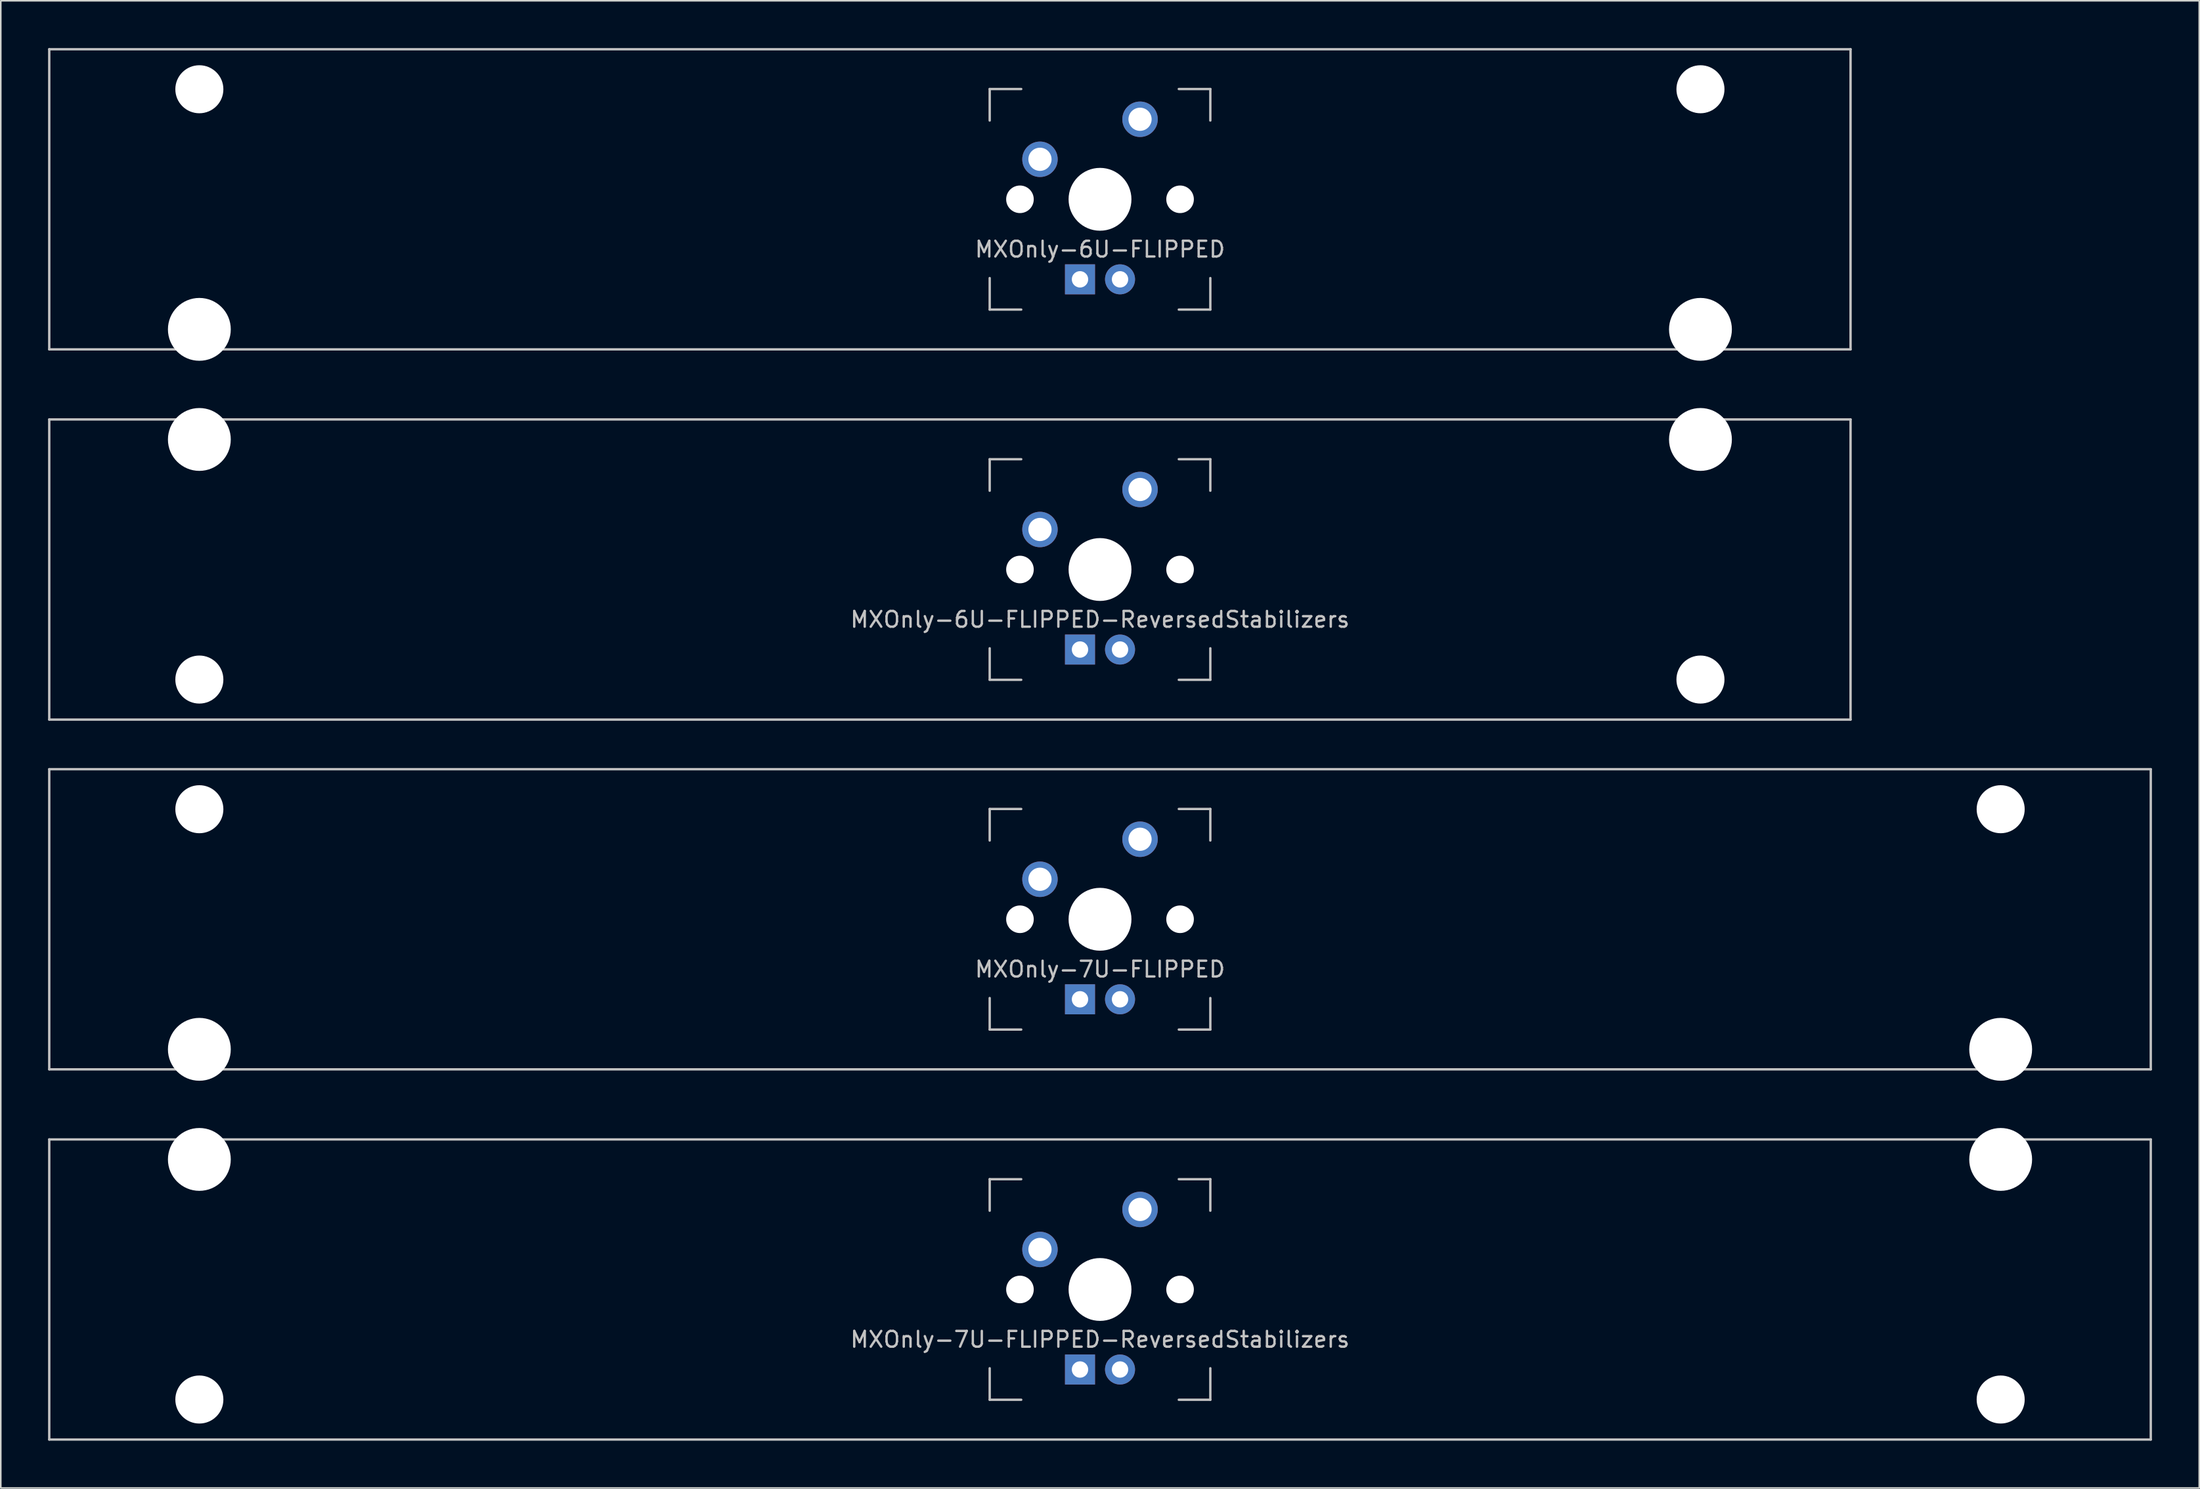
<source format=kicad_pcb>
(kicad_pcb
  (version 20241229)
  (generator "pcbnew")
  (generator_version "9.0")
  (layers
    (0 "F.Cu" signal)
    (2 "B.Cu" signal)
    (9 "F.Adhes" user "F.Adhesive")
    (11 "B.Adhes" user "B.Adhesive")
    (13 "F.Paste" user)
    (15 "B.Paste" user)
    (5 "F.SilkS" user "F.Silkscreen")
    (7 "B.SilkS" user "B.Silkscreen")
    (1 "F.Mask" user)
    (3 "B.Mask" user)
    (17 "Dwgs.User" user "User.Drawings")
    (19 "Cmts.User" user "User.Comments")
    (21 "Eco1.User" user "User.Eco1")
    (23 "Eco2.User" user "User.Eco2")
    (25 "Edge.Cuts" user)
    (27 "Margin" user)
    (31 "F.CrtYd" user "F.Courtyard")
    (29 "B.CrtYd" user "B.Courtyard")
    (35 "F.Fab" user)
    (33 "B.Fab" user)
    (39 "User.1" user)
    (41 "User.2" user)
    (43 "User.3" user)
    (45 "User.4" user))
  (footprint "MXOnly-6U-FLIPPED"
    (layer "F.Cu")
    (at 57.225 9.6)
    (property "Reference" "MXOnly-6U-FLIPPED" (at 9.525 3.175 0) (layer "Dwgs.User") (effects (font (size 1 1) (thickness 0.15))))
    (attr through_hole)
    (fp_line (start -57.15 -9.525) (end 57.15 -9.525) (stroke (width 0.15) (type solid)) (layer "Dwgs.User"))
    (fp_line (start -57.15 9.525) (end -57.15 -9.525) (stroke (width 0.15) (type solid)) (layer "Dwgs.User"))
    (fp_line (start -57.15 9.525) (end 57.15 9.525) (stroke (width 0.15) (type solid)) (layer "Dwgs.User"))
    (fp_line (start 2.525 -7) (end 2.525 -5) (stroke (width 0.15) (type solid)) (layer "Dwgs.User"))
    (fp_line (start 2.525 5) (end 2.525 7) (stroke (width 0.15) (type solid)) (layer "Dwgs.User"))
    (fp_line (start 2.525 7) (end 4.525 7) (stroke (width 0.15) (type solid)) (layer "Dwgs.User"))
    (fp_line (start 4.525 -7) (end 2.525 -7) (stroke (width 0.15) (type solid)) (layer "Dwgs.User"))
    (fp_line (start 14.525 -7) (end 16.525 -7) (stroke (width 0.15) (type solid)) (layer "Dwgs.User"))
    (fp_line (start 14.525 7) (end 16.525 7) (stroke (width 0.15) (type solid)) (layer "Dwgs.User"))
    (fp_line (start 16.525 -7) (end 16.525 -5) (stroke (width 0.15) (type solid)) (layer "Dwgs.User"))
    (fp_line (start 16.525 7) (end 16.525 5) (stroke (width 0.15) (type solid)) (layer "Dwgs.User"))
    (fp_line (start 57.15 -9.525) (end 57.15 9.525) (stroke (width 0.15) (type solid)) (layer "Dwgs.User"))
    (pad "" np_thru_hole circle (at -47.625 -6.985) (size 3.048 3.048) (drill 3.048) (layers "*.Cu" "*.Mask"))
    (pad "" np_thru_hole circle (at -47.625 8.255) (size 3.988 3.988) (drill 3.988) (layers "*.Cu" "*.Mask"))
    (pad "" np_thru_hole circle (at 4.445 0 48.1) (size 1.75 1.75) (drill 1.75) (layers "*.Cu" "*.Mask"))
    (pad "" np_thru_hole circle (at 9.525 0) (size 3.988 3.988) (drill 3.988) (layers "*.Cu" "*.Mask"))
    (pad "" np_thru_hole circle (at 14.605 0 48.1) (size 1.75 1.75) (drill 1.75) (layers "*.Cu" "*.Mask"))
    (pad "" np_thru_hole circle (at 47.625 -6.985) (size 3.048 3.048) (drill 3.048) (layers "*.Cu" "*.Mask"))
    (pad "" np_thru_hole circle (at 47.625 8.255) (size 3.988 3.988) (drill 3.988) (layers "*.Cu" "*.Mask"))
    (pad "1" thru_hole circle (at 5.715 -2.54) (size 2.25 2.25) (drill 1.47) (layers "*.Cu" "B.Mask"))
    (pad "2" thru_hole circle (at 12.065 -5.08) (size 2.25 2.25) (drill 1.47) (layers "*.Cu" "B.Mask"))
    (pad "3" thru_hole circle (at 10.795 5.08) (size 1.905 1.905) (drill 1.04) (layers "*.Cu" "B.Mask"))
    (pad "4" thru_hole rect (at 8.255 5.08) (size 1.905 1.905) (drill 1.04) (layers "*.Cu" "B.Mask")))
  (footprint "MXOnly-7U-FLIPPED"
    (layer "F.Cu")
    (at 66.75 55.298)
    (property "Reference" "MXOnly-7U-FLIPPED" (at 0 3.175 0) (layer "Dwgs.User") (effects (font (size 1 1) (thickness 0.15))))
    (attr through_hole)
    (fp_line (start -66.675 -9.525) (end 66.675 -9.525) (stroke (width 0.15) (type solid)) (layer "Dwgs.User"))
    (fp_line (start -66.675 9.525) (end -66.675 -9.525) (stroke (width 0.15) (type solid)) (layer "Dwgs.User"))
    (fp_line (start -66.675 9.525) (end 66.675 9.525) (stroke (width 0.15) (type solid)) (layer "Dwgs.User"))
    (fp_line (start -7 -7) (end -7 -5) (stroke (width 0.15) (type solid)) (layer "Dwgs.User"))
    (fp_line (start -7 5) (end -7 7) (stroke (width 0.15) (type solid)) (layer "Dwgs.User"))
    (fp_line (start -7 7) (end -5 7) (stroke (width 0.15) (type solid)) (layer "Dwgs.User"))
    (fp_line (start -5 -7) (end -7 -7) (stroke (width 0.15) (type solid)) (layer "Dwgs.User"))
    (fp_line (start 5 -7) (end 7 -7) (stroke (width 0.15) (type solid)) (layer "Dwgs.User"))
    (fp_line (start 5 7) (end 7 7) (stroke (width 0.15) (type solid)) (layer "Dwgs.User"))
    (fp_line (start 7 -7) (end 7 -5) (stroke (width 0.15) (type solid)) (layer "Dwgs.User"))
    (fp_line (start 7 7) (end 7 5) (stroke (width 0.15) (type solid)) (layer "Dwgs.User"))
    (fp_line (start 66.675 -9.525) (end 66.675 9.525) (stroke (width 0.15) (type solid)) (layer "Dwgs.User"))
    (pad "" np_thru_hole circle (at -57.15 -6.985) (size 3.048 3.048) (drill 3.048) (layers "*.Cu" "*.Mask"))
    (pad "" np_thru_hole circle (at -57.15 8.255) (size 3.988 3.988) (drill 3.988) (layers "*.Cu" "*.Mask"))
    (pad "" np_thru_hole circle (at -5.08 0 48.1) (size 1.75 1.75) (drill 1.75) (layers "*.Cu" "*.Mask"))
    (pad "" np_thru_hole circle (at 0 0) (size 3.988 3.988) (drill 3.988) (layers "*.Cu" "*.Mask"))
    (pad "" np_thru_hole circle (at 5.08 0 48.1) (size 1.75 1.75) (drill 1.75) (layers "*.Cu" "*.Mask"))
    (pad "" np_thru_hole circle (at 57.15 -6.985) (size 3.048 3.048) (drill 3.048) (layers "*.Cu" "*.Mask"))
    (pad "" np_thru_hole circle (at 57.15 8.255) (size 3.988 3.988) (drill 3.988) (layers "*.Cu" "*.Mask"))
    (pad "1" thru_hole circle (at -3.81 -2.54) (size 2.25 2.25) (drill 1.47) (layers "*.Cu" "B.Mask"))
    (pad "2" thru_hole circle (at 2.54 -5.08) (size 2.25 2.25) (drill 1.47) (layers "*.Cu" "B.Mask"))
    (pad "3" thru_hole circle (at 1.27 5.08) (size 1.905 1.905) (drill 1.04) (layers "*.Cu" "B.Mask"))
    (pad "4" thru_hole rect (at -1.27 5.08) (size 1.905 1.905) (drill 1.04) (layers "*.Cu" "B.Mask")))
  (footprint "MXOnly-6U-FLIPPED-ReversedStabilizers"
    (layer "F.Cu")
    (at 57.225 33.098)
    (property "Reference" "MXOnly-6U-FLIPPED-ReversedStabilizers" (at 9.525 3.175 0) (layer "Dwgs.User") (effects (font (size 1 1) (thickness 0.15))))
    (attr through_hole)
    (fp_line (start -57.15 -9.525) (end 57.15 -9.525) (stroke (width 0.15) (type solid)) (layer "Dwgs.User"))
    (fp_line (start -57.15 9.525) (end -57.15 -9.525) (stroke (width 0.15) (type solid)) (layer "Dwgs.User"))
    (fp_line (start -57.15 9.525) (end 57.15 9.525) (stroke (width 0.15) (type solid)) (layer "Dwgs.User"))
    (fp_line (start 2.525 -7) (end 2.525 -5) (stroke (width 0.15) (type solid)) (layer "Dwgs.User"))
    (fp_line (start 2.525 5) (end 2.525 7) (stroke (width 0.15) (type solid)) (layer "Dwgs.User"))
    (fp_line (start 2.525 7) (end 4.525 7) (stroke (width 0.15) (type solid)) (layer "Dwgs.User"))
    (fp_line (start 4.525 -7) (end 2.525 -7) (stroke (width 0.15) (type solid)) (layer "Dwgs.User"))
    (fp_line (start 14.525 -7) (end 16.525 -7) (stroke (width 0.15) (type solid)) (layer "Dwgs.User"))
    (fp_line (start 14.525 7) (end 16.525 7) (stroke (width 0.15) (type solid)) (layer "Dwgs.User"))
    (fp_line (start 16.525 -7) (end 16.525 -5) (stroke (width 0.15) (type solid)) (layer "Dwgs.User"))
    (fp_line (start 16.525 7) (end 16.525 5) (stroke (width 0.15) (type solid)) (layer "Dwgs.User"))
    (fp_line (start 57.15 -9.525) (end 57.15 9.525) (stroke (width 0.15) (type solid)) (layer "Dwgs.User"))
    (pad "" np_thru_hole circle (at -47.625 -8.255) (size 3.988 3.988) (drill 3.988) (layers "*.Cu" "*.Mask"))
    (pad "" np_thru_hole circle (at -47.625 6.985) (size 3.048 3.048) (drill 3.048) (layers "*.Cu" "*.Mask"))
    (pad "" np_thru_hole circle (at 4.445 0 48.1) (size 1.75 1.75) (drill 1.75) (layers "*.Cu" "*.Mask"))
    (pad "" np_thru_hole circle (at 9.525 0) (size 3.988 3.988) (drill 3.988) (layers "*.Cu" "*.Mask"))
    (pad "" np_thru_hole circle (at 14.605 0 48.1) (size 1.75 1.75) (drill 1.75) (layers "*.Cu" "*.Mask"))
    (pad "" np_thru_hole circle (at 47.625 -8.255) (size 3.988 3.988) (drill 3.988) (layers "*.Cu" "*.Mask"))
    (pad "" np_thru_hole circle (at 47.625 6.985) (size 3.048 3.048) (drill 3.048) (layers "*.Cu" "*.Mask"))
    (pad "1" thru_hole circle (at 5.715 -2.54) (size 2.25 2.25) (drill 1.47) (layers "*.Cu" "B.Mask"))
    (pad "2" thru_hole circle (at 12.065 -5.08) (size 2.25 2.25) (drill 1.47) (layers "*.Cu" "B.Mask"))
    (pad "3" thru_hole circle (at 10.795 5.08) (size 1.905 1.905) (drill 1.04) (layers "*.Cu" "B.Mask"))
    (pad "4" thru_hole rect (at 8.255 5.08) (size 1.905 1.905) (drill 1.04) (layers "*.Cu" "B.Mask")))
  (footprint "MXOnly-7U-FLIPPED-ReversedStabilizers"
    (layer "F.Cu")
    (at 66.75 78.796)
    (property "Reference" "MXOnly-7U-FLIPPED-ReversedStabilizers" (at 0 3.175 0) (layer "Dwgs.User") (effects (font (size 1 1) (thickness 0.15))))
    (attr through_hole)
    (fp_line (start -66.675 -9.525) (end 66.675 -9.525) (stroke (width 0.15) (type solid)) (layer "Dwgs.User"))
    (fp_line (start -66.675 9.525) (end -66.675 -9.525) (stroke (width 0.15) (type solid)) (layer "Dwgs.User"))
    (fp_line (start -66.675 9.525) (end 66.675 9.525) (stroke (width 0.15) (type solid)) (layer "Dwgs.User"))
    (fp_line (start -7 -7) (end -7 -5) (stroke (width 0.15) (type solid)) (layer "Dwgs.User"))
    (fp_line (start -7 5) (end -7 7) (stroke (width 0.15) (type solid)) (layer "Dwgs.User"))
    (fp_line (start -7 7) (end -5 7) (stroke (width 0.15) (type solid)) (layer "Dwgs.User"))
    (fp_line (start -5 -7) (end -7 -7) (stroke (width 0.15) (type solid)) (layer "Dwgs.User"))
    (fp_line (start 5 -7) (end 7 -7) (stroke (width 0.15) (type solid)) (layer "Dwgs.User"))
    (fp_line (start 5 7) (end 7 7) (stroke (width 0.15) (type solid)) (layer "Dwgs.User"))
    (fp_line (start 7 -7) (end 7 -5) (stroke (width 0.15) (type solid)) (layer "Dwgs.User"))
    (fp_line (start 7 7) (end 7 5) (stroke (width 0.15) (type solid)) (layer "Dwgs.User"))
    (fp_line (start 66.675 -9.525) (end 66.675 9.525) (stroke (width 0.15) (type solid)) (layer "Dwgs.User"))
    (pad "" np_thru_hole circle (at -57.15 -8.255) (size 3.988 3.988) (drill 3.988) (layers "*.Cu" "*.Mask"))
    (pad "" np_thru_hole circle (at -57.15 6.985) (size 3.048 3.048) (drill 3.048) (layers "*.Cu" "*.Mask"))
    (pad "" np_thru_hole circle (at -5.08 0 48.1) (size 1.75 1.75) (drill 1.75) (layers "*.Cu" "*.Mask"))
    (pad "" np_thru_hole circle (at 0 0) (size 3.988 3.988) (drill 3.988) (layers "*.Cu" "*.Mask"))
    (pad "" np_thru_hole circle (at 5.08 0 48.1) (size 1.75 1.75) (drill 1.75) (layers "*.Cu" "*.Mask"))
    (pad "" np_thru_hole circle (at 57.15 -8.255) (size 3.988 3.988) (drill 3.988) (layers "*.Cu" "*.Mask"))
    (pad "" np_thru_hole circle (at 57.15 6.985) (size 3.048 3.048) (drill 3.048) (layers "*.Cu" "*.Mask"))
    (pad "1" thru_hole circle (at -3.81 -2.54) (size 2.25 2.25) (drill 1.47) (layers "*.Cu" "B.Mask"))
    (pad "2" thru_hole circle (at 2.54 -5.08) (size 2.25 2.25) (drill 1.47) (layers "*.Cu" "B.Mask"))
    (pad "3" thru_hole circle (at 1.27 5.08) (size 1.905 1.905) (drill 1.04) (layers "*.Cu" "B.Mask"))
    (pad "4" thru_hole rect (at -1.27 5.08) (size 1.905 1.905) (drill 1.04) (layers "*.Cu" "B.Mask")))
  (gr_rect
    (start -3 -3)
    (end 136.5 91.396)
    (stroke (width 0.1) (type default))
    (fill no)
    (layer "Edge.Cuts")))
</source>
